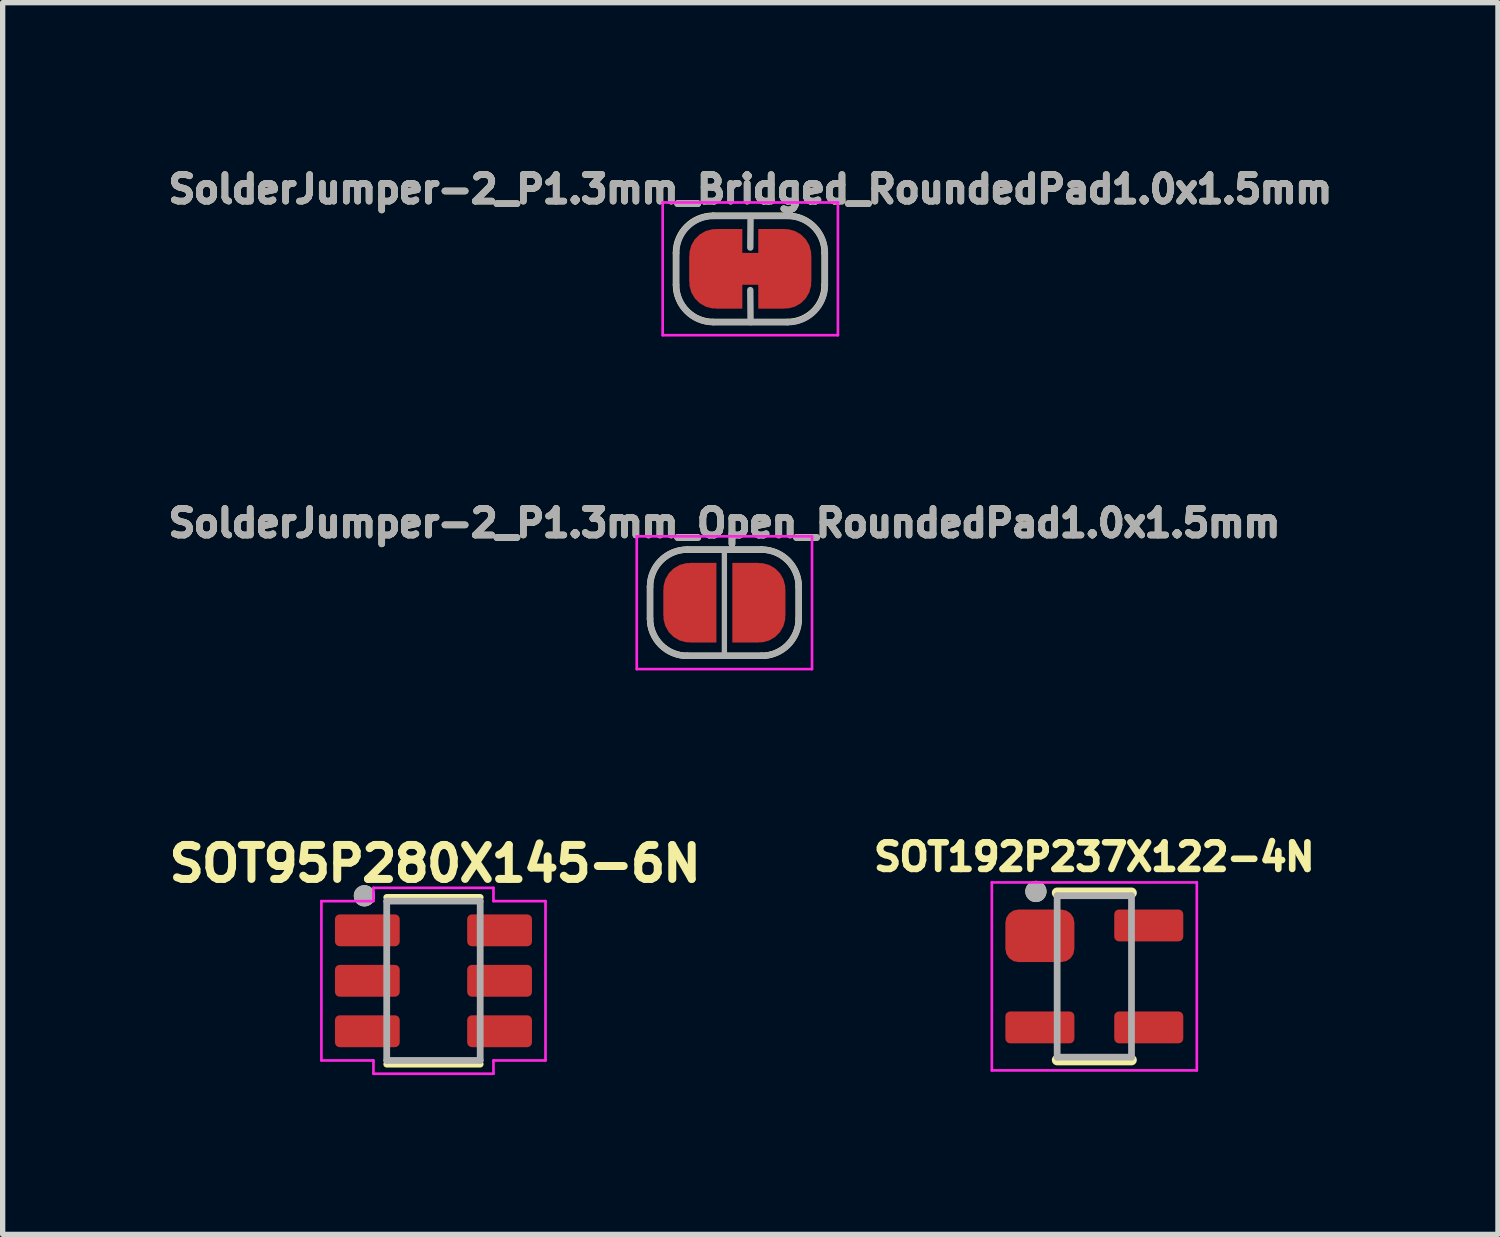
<source format=kicad_pcb>
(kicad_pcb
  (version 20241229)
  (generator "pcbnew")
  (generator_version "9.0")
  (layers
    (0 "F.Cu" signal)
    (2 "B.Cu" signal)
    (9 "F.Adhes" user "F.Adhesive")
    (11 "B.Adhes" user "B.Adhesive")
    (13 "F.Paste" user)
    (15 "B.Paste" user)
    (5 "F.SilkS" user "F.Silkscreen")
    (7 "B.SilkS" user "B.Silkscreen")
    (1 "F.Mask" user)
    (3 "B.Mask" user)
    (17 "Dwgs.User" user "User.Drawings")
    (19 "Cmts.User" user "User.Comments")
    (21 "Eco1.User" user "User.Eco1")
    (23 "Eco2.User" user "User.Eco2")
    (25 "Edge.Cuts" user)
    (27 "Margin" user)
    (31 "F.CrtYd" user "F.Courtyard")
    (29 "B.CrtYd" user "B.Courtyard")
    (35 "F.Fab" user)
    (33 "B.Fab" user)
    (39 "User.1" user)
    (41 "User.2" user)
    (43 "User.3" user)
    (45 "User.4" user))
  (footprint "SolderJumper-2_P1.3mm_Bridged_RoundedPad1.0x1.5mm"
    (layer "F.Cu")
    (at 11.078 2.012)
    (property "Reference" "SolderJumper-2_P1.3mm_Bridged_RoundedPad1.0x1.5mm" (at 0 -1.5 0) (layer "F.SilkS") (effects (font (size 0.5 0.5) (thickness 0.125) (bold yes))))
    (attr exclude_from_pos_files exclude_from_bom)
    (fp_poly (pts (xy 0.25 -0.3) (xy -0.25 -0.3) (xy -0.25 0.3) (xy 0.25 0.3)) (stroke (width 0) (type solid)) (fill yes) (layer "F.Cu"))
    (fp_line (start -1.4 0.3) (end -1.4 -0.3) (stroke (width 0.12) (type solid)) (layer "F.SilkS"))
    (fp_line (start -0.7 -1) (end 0.7 -1) (stroke (width 0.12) (type solid)) (layer "F.SilkS"))
    (fp_line (start 0.7 1) (end -0.7 1) (stroke (width 0.12) (type solid)) (layer "F.SilkS"))
    (fp_line (start 1.4 -0.3) (end 1.4 0.3) (stroke (width 0.12) (type solid)) (layer "F.SilkS"))
    (fp_arc (start -1.4 -0.3) (mid -1.194975 -0.794975) (end -0.7 -1) (stroke (width 0.12) (type solid)) (layer "F.SilkS"))
    (fp_arc (start -0.7 1) (mid -1.194975 0.794975) (end -1.4 0.3) (stroke (width 0.12) (type solid)) (layer "F.SilkS"))
    (fp_arc (start 0.7 -1) (mid 1.194975 -0.794975) (end 1.4 -0.3) (stroke (width 0.12) (type solid)) (layer "F.SilkS"))
    (fp_arc (start 1.4 0.3) (mid 1.194975 0.794975) (end 0.7 1) (stroke (width 0.12) (type solid)) (layer "F.SilkS"))
    (fp_line (start -1.65 -1.25) (end -1.65 1.25) (stroke (width 0.05) (type solid)) (layer "F.CrtYd"))
    (fp_line (start -1.65 -1.25) (end 1.65 -1.25) (stroke (width 0.05) (type solid)) (layer "F.CrtYd"))
    (fp_line (start 1.65 1.25) (end -1.65 1.25) (stroke (width 0.05) (type solid)) (layer "F.CrtYd"))
    (fp_line (start 1.65 1.25) (end 1.65 -1.25) (stroke (width 0.05) (type solid)) (layer "F.CrtYd"))
    (fp_line (start -1.395 0.305) (end -1.395 -0.295) (stroke (width 0.12) (type solid)) (layer "F.Fab"))
    (fp_line (start -0.695 -0.995) (end 0.705 -0.995) (stroke (width 0.12) (type solid)) (layer "F.Fab"))
    (fp_line (start 0 0.4) (end 0.005 1.005) (stroke (width 0.12) (type solid)) (layer "F.Fab"))
    (fp_line (start 0.005 -0.995) (end 0 -0.4) (stroke (width 0.12) (type solid)) (layer "F.Fab"))
    (fp_line (start 0.705 1.005) (end -0.695 1.005) (stroke (width 0.12) (type solid)) (layer "F.Fab"))
    (fp_line (start 1.405 -0.295) (end 1.405 0.305) (stroke (width 0.12) (type solid)) (layer "F.Fab"))
    (fp_arc (start -1.394975 -0.294974) (mid -1.18995 -0.789948) (end -0.694975 -0.994974) (stroke (width 0.12) (type solid)) (layer "F.Fab"))
    (fp_arc (start -0.694975 1.005026) (mid -1.189949 0.800001) (end -1.394975 0.305026) (stroke (width 0.12) (type solid)) (layer "F.Fab"))
    (fp_arc (start 0.705025 -0.994974) (mid 1.199999 -0.789949) (end 1.405025 -0.294974) (stroke (width 0.12) (type solid)) (layer "F.Fab"))
    (fp_arc (start 1.405025 0.305026) (mid 1.2 0.8) (end 0.705025 1.005026) (stroke (width 0.12) (type solid)) (layer "F.Fab"))
    (fp_text user "${REFERENCE}" (at 0 -1.5 0) (layer "F.Fab") (effects (font (size 0.5 0.5) (thickness 0.125) (bold yes))))
    (pad "1" smd custom (at -0.65 0) (size 1 0.5) (layers "F.Cu" "F.Mask") (options (anchor rect)) (primitives (gr_circle (center 0 0.25) (end 0.5 0.25) (width 0) (fill yes)) (gr_circle (center 0 -0.25) (end 0.5 -0.25) (width 0) (fill yes)) (gr_poly (pts (xy 0.5 0.75) (xy 0 0.75) (xy 0 -0.75) (xy 0.5 -0.75)) (width 0) (fill yes))))
    (pad "2" smd custom (at 0.65 0) (size 1 0.5) (layers "F.Cu" "F.Mask") (options (anchor rect)) (primitives (gr_circle (center 0 0.25) (end 0.5 0.25) (width 0) (fill yes)) (gr_circle (center 0 -0.25) (end 0.5 -0.25) (width 0) (fill yes)) (gr_poly (pts (xy 0 0.75) (xy -0.5 0.75) (xy -0.5 -0.75) (xy 0 -0.75)) (width 0) (fill yes)))))
  (footprint "SOT192P237X122-4N"
    (layer "F.Cu")
    (at 17.556 15.336)
    (property "Reference" "SOT192P237X122-4N" (at 0 -2.25 0) (layer "F.SilkS") (effects (font (size 0.5 0.5) (thickness 0.125))))
    (attr smd)
    (fp_line (start -0.7 -1.574) (end 0.7 -1.574) (stroke (width 0.2) (type solid)) (layer "F.SilkS"))
    (fp_line (start 0.7 1.574) (end -0.7 1.574) (stroke (width 0.2) (type solid)) (layer "F.SilkS"))
    (fp_circle (center -1.1 -1.6) (end -1 -1.6) (stroke (width 0.2) (type solid)) (fill no) (layer "F.SilkS"))
    (fp_line (start -1.93 -1.77) (end 1.93 -1.77) (stroke (width 0.05) (type solid)) (layer "F.CrtYd"))
    (fp_line (start -1.93 1.77) (end -1.93 -1.77) (stroke (width 0.05) (type solid)) (layer "F.CrtYd"))
    (fp_line (start 1.93 -1.77) (end 1.93 1.77) (stroke (width 0.05) (type solid)) (layer "F.CrtYd"))
    (fp_line (start 1.93 1.77) (end -1.93 1.77) (stroke (width 0.05) (type solid)) (layer "F.CrtYd"))
    (fp_line (start -0.7 -1.52) (end 0.7 -1.52) (stroke (width 0.127) (type solid)) (layer "F.Fab"))
    (fp_line (start -0.7 1.52) (end -0.7 -1.52) (stroke (width 0.127) (type solid)) (layer "F.Fab"))
    (fp_line (start 0.7 -1.52) (end 0.7 1.52) (stroke (width 0.127) (type solid)) (layer "F.Fab"))
    (fp_line (start 0.7 1.52) (end -0.7 1.52) (stroke (width 0.127) (type solid)) (layer "F.Fab"))
    (fp_circle (center -1.1 -1.6) (end -1 -1.6) (stroke (width 0.2) (type solid)) (fill no) (layer "F.Fab"))
    (pad "1" smd roundrect (at -1.025 -0.765) (size 1.3 0.99) (layers "F.Cu" "F.Mask" "F.Paste") (roundrect_rratio 0.25))
    (pad "2" smd roundrect (at -1.025 0.96) (size 1.3 0.6) (layers "F.Cu" "F.Mask" "F.Paste") (roundrect_rratio 0.15))
    (pad "3" smd roundrect (at 1.025 0.96) (size 1.3 0.6) (layers "F.Cu" "F.Mask" "F.Paste") (roundrect_rratio 0.15))
    (pad "4" smd roundrect (at 1.025 -0.96) (size 1.3 0.6) (layers "F.Cu" "F.Mask" "F.Paste") (roundrect_rratio 0.15)))
  (footprint "SolderJumper-2_P1.3mm_Open_RoundedPad1.0x1.5mm"
    (layer "F.Cu")
    (at 10.59 8.299)
    (property "Reference" "SolderJumper-2_P1.3mm_Open_RoundedPad1.0x1.5mm" (at 0 -1.5 0) (layer "F.SilkS") (effects (font (size 0.5 0.5) (thickness 0.125) (bold yes))))
    (attr exclude_from_pos_files exclude_from_bom)
    (fp_line (start -1.4 0.3) (end -1.4 -0.3) (stroke (width 0.12) (type solid)) (layer "F.SilkS"))
    (fp_line (start -0.7 -1) (end 0.7 -1) (stroke (width 0.12) (type solid)) (layer "F.SilkS"))
    (fp_line (start 0.7 1) (end -0.7 1) (stroke (width 0.12) (type solid)) (layer "F.SilkS"))
    (fp_line (start 1.4 -0.3) (end 1.4 0.3) (stroke (width 0.12) (type solid)) (layer "F.SilkS"))
    (fp_arc (start -1.4 -0.3) (mid -1.194975 -0.794975) (end -0.7 -1) (stroke (width 0.12) (type solid)) (layer "F.SilkS"))
    (fp_arc (start -0.7 1) (mid -1.194975 0.794975) (end -1.4 0.3) (stroke (width 0.12) (type solid)) (layer "F.SilkS"))
    (fp_arc (start 0.7 -1) (mid 1.194975 -0.794975) (end 1.4 -0.3) (stroke (width 0.12) (type solid)) (layer "F.SilkS"))
    (fp_arc (start 1.4 0.3) (mid 1.194975 0.794975) (end 0.7 1) (stroke (width 0.12) (type solid)) (layer "F.SilkS"))
    (fp_line (start -1.65 -1.25) (end -1.65 1.25) (stroke (width 0.05) (type solid)) (layer "F.CrtYd"))
    (fp_line (start -1.65 -1.25) (end 1.65 -1.25) (stroke (width 0.05) (type solid)) (layer "F.CrtYd"))
    (fp_line (start 1.65 1.25) (end -1.65 1.25) (stroke (width 0.05) (type solid)) (layer "F.CrtYd"))
    (fp_line (start 1.65 1.25) (end 1.65 -1.25) (stroke (width 0.05) (type solid)) (layer "F.CrtYd"))
    (fp_line (start -1.4 0.3) (end -1.4 -0.3) (stroke (width 0.12) (type solid)) (layer "F.Fab"))
    (fp_line (start -0.7 -1) (end 0.7 -1) (stroke (width 0.12) (type solid)) (layer "F.Fab"))
    (fp_line (start 0 -1) (end 0 1) (stroke (width 0.1) (type default)) (layer "F.Fab"))
    (fp_line (start 0.7 1) (end -0.7 1) (stroke (width 0.12) (type solid)) (layer "F.Fab"))
    (fp_line (start 1.4 -0.3) (end 1.4 0.3) (stroke (width 0.12) (type solid)) (layer "F.Fab"))
    (fp_arc (start -1.4 -0.3) (mid -1.194975 -0.794974) (end -0.7 -1) (stroke (width 0.12) (type solid)) (layer "F.Fab"))
    (fp_arc (start -0.7 1) (mid -1.194974 0.794975) (end -1.4 0.3) (stroke (width 0.12) (type solid)) (layer "F.Fab"))
    (fp_arc (start 0.7 -1) (mid 1.194974 -0.794975) (end 1.4 -0.3) (stroke (width 0.12) (type solid)) (layer "F.Fab"))
    (fp_arc (start 1.4 0.3) (mid 1.194975 0.794974) (end 0.7 1) (stroke (width 0.12) (type solid)) (layer "F.Fab"))
    (fp_text user "${REFERENCE}" (at 0 -1.5 0) (layer "F.Fab") (effects (font (size 0.5 0.5) (thickness 0.125) (bold yes))))
    (pad "1" smd custom (at -0.65 0) (size 1 0.5) (layers "F.Cu" "F.Mask") (options (anchor rect)) (primitives (gr_circle (center 0 0.25) (end 0.5 0.25) (width 0) (fill yes)) (gr_circle (center 0 -0.25) (end 0.5 -0.25) (width 0) (fill yes)) (gr_poly (pts (xy 0.5 0.75) (xy 0 0.75) (xy 0 -0.75) (xy 0.5 -0.75)) (width 0) (fill yes))))
    (pad "2" smd custom (at 0.65 0) (size 1 0.5) (layers "F.Cu" "F.Mask") (options (anchor rect)) (primitives (gr_circle (center 0 0.25) (end 0.5 0.25) (width 0) (fill yes)) (gr_circle (center 0 -0.25) (end 0.5 -0.25) (width 0) (fill yes)) (gr_poly (pts (xy 0 0.75) (xy -0.5 0.75) (xy -0.5 -0.75) (xy 0 -0.75)) (width 0) (fill yes)))))
  (footprint "SOT95P280X145-6N"
    (layer "F.Cu")
    (at 5.112 15.418)
    (property "Reference" "SOT95P280X145-6N" (at 0.032 -2.206 0) (layer "F.SilkS") (effects (font (size 0.64 0.64) (thickness 0.15))))
    (attr smd)
    (fp_line (start -0.88 -1.57) (end 0.88 -1.57) (stroke (width 0.127) (type solid)) (layer "F.SilkS"))
    (fp_line (start -0.88 1.57) (end 0.88 1.57) (stroke (width 0.127) (type solid)) (layer "F.SilkS"))
    (fp_circle (center -1.3 -1.6) (end -1.2 -1.6) (stroke (width 0.2) (type solid)) (fill no) (layer "F.SilkS"))
    (fp_line (start -2.11 -1.5) (end -2.11 1.5) (stroke (width 0.05) (type solid)) (layer "F.CrtYd"))
    (fp_line (start -2.11 -1.5) (end -1.13 -1.5) (stroke (width 0.05) (type solid)) (layer "F.CrtYd"))
    (fp_line (start -1.13 -1.75) (end 1.13 -1.75) (stroke (width 0.05) (type solid)) (layer "F.CrtYd"))
    (fp_line (start -1.13 -1.5) (end -1.13 -1.75) (stroke (width 0.05) (type solid)) (layer "F.CrtYd"))
    (fp_line (start -1.13 1.5) (end -2.11 1.5) (stroke (width 0.05) (type solid)) (layer "F.CrtYd"))
    (fp_line (start -1.13 1.75) (end -1.13 1.5) (stroke (width 0.05) (type solid)) (layer "F.CrtYd"))
    (fp_line (start 1.13 -1.75) (end 1.13 -1.5) (stroke (width 0.05) (type solid)) (layer "F.CrtYd"))
    (fp_line (start 1.13 -1.5) (end 2.11 -1.5) (stroke (width 0.05) (type solid)) (layer "F.CrtYd"))
    (fp_line (start 1.13 1.5) (end 1.13 1.75) (stroke (width 0.05) (type solid)) (layer "F.CrtYd"))
    (fp_line (start 1.13 1.75) (end -1.13 1.75) (stroke (width 0.05) (type solid)) (layer "F.CrtYd"))
    (fp_line (start 2.11 1.5) (end 1.13 1.5) (stroke (width 0.05) (type solid)) (layer "F.CrtYd"))
    (fp_line (start 2.11 1.5) (end 2.11 -1.5) (stroke (width 0.05) (type solid)) (layer "F.CrtYd"))
    (fp_line (start -0.88 -1.5) (end 0.88 -1.5) (stroke (width 0.127) (type solid)) (layer "F.Fab"))
    (fp_line (start -0.88 1.5) (end -0.88 -1.5) (stroke (width 0.127) (type solid)) (layer "F.Fab"))
    (fp_line (start 0.88 -1.5) (end 0.88 1.5) (stroke (width 0.127) (type solid)) (layer "F.Fab"))
    (fp_line (start 0.88 1.5) (end -0.88 1.5) (stroke (width 0.127) (type solid)) (layer "F.Fab"))
    (fp_circle (center -1.3 -1.6) (end -1.2 -1.6) (stroke (width 0.2) (type solid)) (fill no) (layer "F.Fab"))
    (pad "1" smd roundrect (at -1.245 -0.95) (size 1.22 0.6) (layers "F.Cu" "F.Mask" "F.Paste") (roundrect_rratio 0.15))
    (pad "2" smd roundrect (at -1.245 0) (size 1.22 0.6) (layers "F.Cu" "F.Mask" "F.Paste") (roundrect_rratio 0.15))
    (pad "3" smd roundrect (at -1.245 0.95) (size 1.22 0.6) (layers "F.Cu" "F.Mask" "F.Paste") (roundrect_rratio 0.15))
    (pad "4" smd roundrect (at 1.245 0.95) (size 1.22 0.6) (layers "F.Cu" "F.Mask" "F.Paste") (roundrect_rratio 0.15))
    (pad "5" smd roundrect (at 1.245 0) (size 1.22 0.6) (layers "F.Cu" "F.Mask" "F.Paste") (roundrect_rratio 0.15))
    (pad "6" smd roundrect (at 1.245 -0.95) (size 1.22 0.6) (layers "F.Cu" "F.Mask" "F.Paste") (roundrect_rratio 0.15)))
  (gr_rect
    (start -3 -3)
    (end 25.156 20.193)
    (stroke (width 0.1) (type default))
    (fill no)
    (layer "Edge.Cuts")))
</source>
